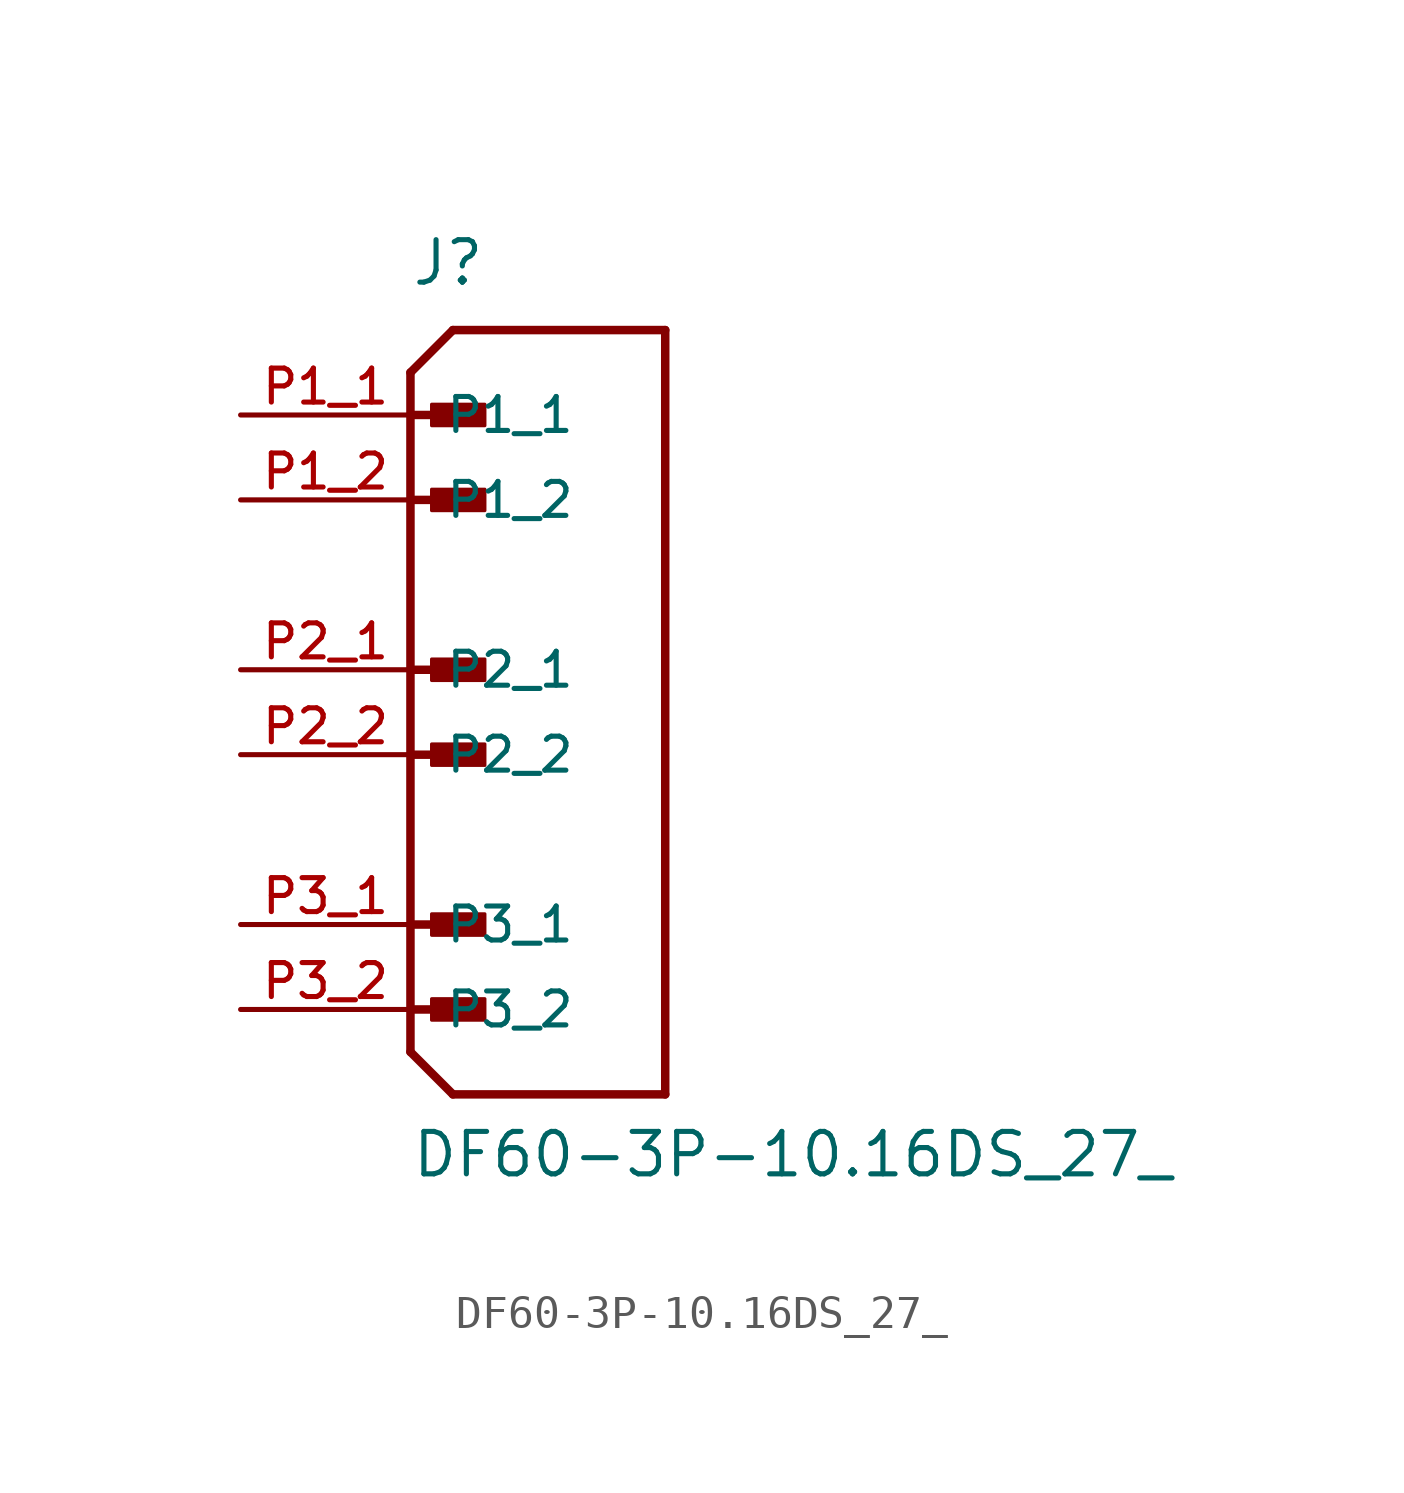
<source format=kicad_sym>
(kicad_symbol_lib
  (version 20211014)
  (generator kicad_symbol_editor)
  (symbol "DF60-3P-10.16DS_27_"
    (pin_names
      (offset 1.016))
    (property "Reference" "J"
      (at 0.0 11.43 0)
      (effects (font (size 1.27 1.27)) (justify bottom left)))
    (property "Value" "DF60-3P-10.16DS_27_"
      (at 0.0 -15.24 0)
      (effects (font (size 1.27 1.27)) (justify bottom left)))
    (symbol "DF60-3P-10.16DS_27__0_0"
      (polyline (pts (xy 0.0 8.89) (xy 1.27 10.16)) (stroke (width 0.254)))
      (polyline (pts (xy 0.0 8.89) (xy 0.0 7.62)) (stroke (width 0.254)))
      (polyline (pts (xy 0.0 7.62) (xy 0.0 -11.43)) (stroke (width 0.254)))
      (polyline (pts (xy 0.0 -11.43) (xy 1.27 -12.7)) (stroke (width 0.254)))
      (polyline (pts (xy 1.27 -12.7) (xy 7.62 -12.7)) (stroke (width 0.254)))
      (polyline (pts (xy 7.62 -12.7) (xy 7.62 10.16)) (stroke (width 0.254)))
      (polyline (pts (xy 7.62 10.16) (xy 1.27 10.16)) (stroke (width 0.254)))
      (polyline (pts (xy 0.0 7.62) (xy 1.905 7.62)) (stroke (width 0.254)))
      (rectangle (start 0.635 7.303) (end 2.223 7.938) (stroke (width 0.1)) (fill (type outline)))
      (polyline (pts (xy 0.0 5.08) (xy 1.905 5.08)) (stroke (width 0.254)))
      (rectangle (start 0.635 4.763) (end 2.223 5.397) (stroke (width 0.1)) (fill (type outline)))
      (polyline (pts (xy 0.0 0.0) (xy 1.905 0.0)) (stroke (width 0.254)))
      (rectangle (start 0.635 -0.318) (end 2.223 0.318) (stroke (width 0.1)) (fill (type outline)))
      (polyline (pts (xy 0.0 -2.54) (xy 1.905 -2.54)) (stroke (width 0.254)))
      (rectangle (start 0.635 -2.857) (end 2.223 -2.223) (stroke (width 0.1)) (fill (type outline)))
      (polyline (pts (xy 0.0 -7.62) (xy 1.905 -7.62)) (stroke (width 0.254)))
      (rectangle (start 0.635 -7.938) (end 2.223 -7.303) (stroke (width 0.1)) (fill (type outline)))
      (polyline (pts (xy 0.0 -10.16) (xy 1.905 -10.16)) (stroke (width 0.254)))
      (rectangle (start 0.635 -10.477) (end 2.223 -9.842) (stroke (width 0.1)) (fill (type outline)))
      (pin power_in line (at -5.08 7.62 0) (length 5.08) (name "P1_1" (effects (font (size 1.016 1.016)))) (number "P1_1" (effects (font (size 1.016 1.016)))))
      (pin power_in line (at -5.08 5.08 0) (length 5.08) (name "P1_2" (effects (font (size 1.016 1.016)))) (number "P1_2" (effects (font (size 1.016 1.016)))))
      (pin power_in line (at -5.08 0.0 0) (length 5.08) (name "P2_1" (effects (font (size 1.016 1.016)))) (number "P2_1" (effects (font (size 1.016 1.016)))))
      (pin power_in line (at -5.08 -2.54 0) (length 5.08) (name "P2_2" (effects (font (size 1.016 1.016)))) (number "P2_2" (effects (font (size 1.016 1.016)))))
      (pin power_in line (at -5.08 -7.62 0) (length 5.08) (name "P3_1" (effects (font (size 1.016 1.016)))) (number "P3_1" (effects (font (size 1.016 1.016)))))
      (pin power_in line (at -5.08 -10.16 0) (length 5.08) (name "P3_2" (effects (font (size 1.016 1.016)))) (number "P3_2" (effects (font (size 1.016 1.016))))))))
</source>
